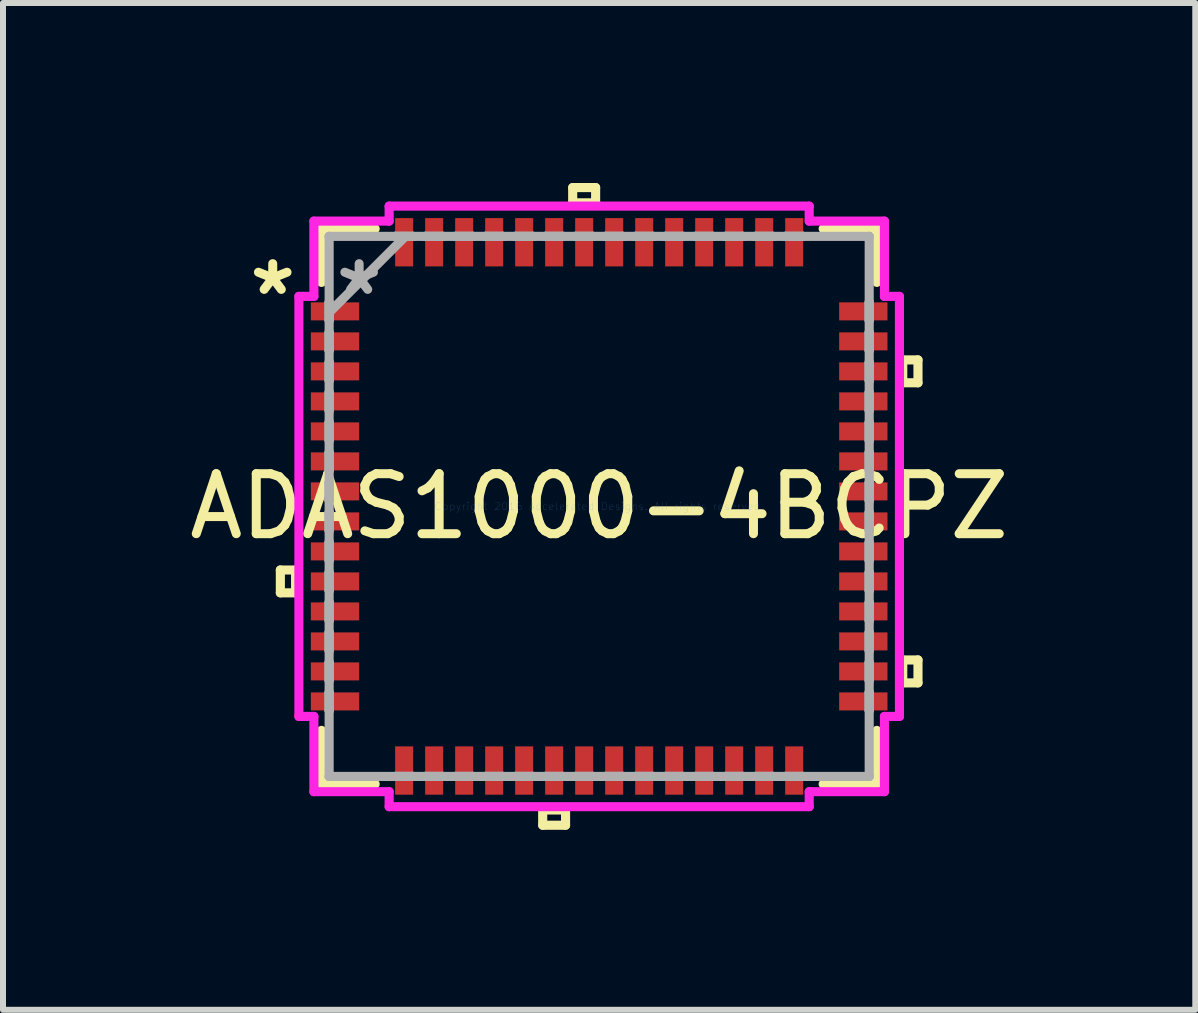
<source format=kicad_pcb>
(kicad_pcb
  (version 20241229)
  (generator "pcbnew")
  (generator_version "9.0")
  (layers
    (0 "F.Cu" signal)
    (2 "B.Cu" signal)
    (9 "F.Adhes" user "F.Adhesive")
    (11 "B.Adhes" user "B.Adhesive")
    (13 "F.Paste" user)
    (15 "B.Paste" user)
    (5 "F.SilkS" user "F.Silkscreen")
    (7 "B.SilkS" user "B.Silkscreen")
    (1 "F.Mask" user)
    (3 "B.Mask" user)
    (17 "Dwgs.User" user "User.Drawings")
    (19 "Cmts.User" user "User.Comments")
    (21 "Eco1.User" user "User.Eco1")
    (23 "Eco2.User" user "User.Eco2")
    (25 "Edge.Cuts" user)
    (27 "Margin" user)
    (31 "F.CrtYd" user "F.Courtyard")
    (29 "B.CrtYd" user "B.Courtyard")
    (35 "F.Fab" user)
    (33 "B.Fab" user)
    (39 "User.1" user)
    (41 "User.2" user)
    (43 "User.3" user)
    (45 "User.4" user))
  (footprint "ADAS1000-4BCPZ"
    (layer "F.Cu")
    (at 6.935 5.389)
    (property "Reference" "ADAS1000-4BCPZ" (at 0 0 0) (layer "F.SilkS") (effects (font (size 1 1) (thickness 0.15))))
    (attr through_hole)
    (fp_line (start -5.313 1.06) (end -5.313 1.44) (stroke (width 0.152) (type solid)) (layer "F.SilkS"))
    (fp_line (start -5.313 1.44) (end -5.059 1.44) (stroke (width 0.152) (type solid)) (layer "F.SilkS"))
    (fp_line (start -5.059 1.06) (end -5.313 1.06) (stroke (width 0.152) (type solid)) (layer "F.SilkS"))
    (fp_line (start -5.059 1.44) (end -5.059 1.06) (stroke (width 0.152) (type solid)) (layer "F.SilkS"))
    (fp_line (start -4.627 -4.627) (end -4.627 -3.733) (stroke (width 0.152) (type solid)) (layer "F.SilkS"))
    (fp_line (start -4.627 3.733) (end -4.627 4.627) (stroke (width 0.152) (type solid)) (layer "F.SilkS"))
    (fp_line (start -4.627 4.627) (end -3.733 4.627) (stroke (width 0.152) (type solid)) (layer "F.SilkS"))
    (fp_line (start -3.733 -4.627) (end -4.627 -4.627) (stroke (width 0.152) (type solid)) (layer "F.SilkS"))
    (fp_line (start -0.941 5.059) (end -0.941 5.313) (stroke (width 0.152) (type solid)) (layer "F.SilkS"))
    (fp_line (start -0.941 5.313) (end -0.56 5.313) (stroke (width 0.152) (type solid)) (layer "F.SilkS"))
    (fp_line (start -0.56 5.059) (end -0.941 5.059) (stroke (width 0.152) (type solid)) (layer "F.SilkS"))
    (fp_line (start -0.56 5.313) (end -0.56 5.059) (stroke (width 0.152) (type solid)) (layer "F.SilkS"))
    (fp_line (start -0.441 -5.313) (end -0.059 -5.313) (stroke (width 0.152) (type solid)) (layer "F.SilkS"))
    (fp_line (start -0.441 -5.059) (end -0.441 -5.313) (stroke (width 0.152) (type solid)) (layer "F.SilkS"))
    (fp_line (start -0.059 -5.313) (end -0.059 -5.059) (stroke (width 0.152) (type solid)) (layer "F.SilkS"))
    (fp_line (start -0.059 -5.059) (end -0.441 -5.059) (stroke (width 0.152) (type solid)) (layer "F.SilkS"))
    (fp_line (start 3.733 4.627) (end 4.627 4.627) (stroke (width 0.152) (type solid)) (layer "F.SilkS"))
    (fp_line (start 4.627 -4.627) (end 3.733 -4.627) (stroke (width 0.152) (type solid)) (layer "F.SilkS"))
    (fp_line (start 4.627 -3.733) (end 4.627 -4.627) (stroke (width 0.152) (type solid)) (layer "F.SilkS"))
    (fp_line (start 4.627 4.627) (end 4.627 3.733) (stroke (width 0.152) (type solid)) (layer "F.SilkS"))
    (fp_line (start 5.059 -2.441) (end 5.313 -2.441) (stroke (width 0.152) (type solid)) (layer "F.SilkS"))
    (fp_line (start 5.059 -2.06) (end 5.059 -2.441) (stroke (width 0.152) (type solid)) (layer "F.SilkS"))
    (fp_line (start 5.059 2.559) (end 5.313 2.559) (stroke (width 0.152) (type solid)) (layer "F.SilkS"))
    (fp_line (start 5.059 2.941) (end 5.059 2.559) (stroke (width 0.152) (type solid)) (layer "F.SilkS"))
    (fp_line (start 5.313 -2.441) (end 5.313 -2.06) (stroke (width 0.152) (type solid)) (layer "F.SilkS"))
    (fp_line (start 5.313 -2.06) (end 5.059 -2.06) (stroke (width 0.152) (type solid)) (layer "F.SilkS"))
    (fp_line (start 5.313 2.559) (end 5.313 2.941) (stroke (width 0.152) (type solid)) (layer "F.SilkS"))
    (fp_line (start 5.313 2.941) (end 5.059 2.941) (stroke (width 0.152) (type solid)) (layer "F.SilkS"))
    (fp_line (start -5.004 -3.5) (end -4.754 -3.5) (stroke (width 0.152) (type solid)) (layer "F.CrtYd"))
    (fp_line (start -5.004 3.5) (end -5.004 -3.5) (stroke (width 0.152) (type solid)) (layer "F.CrtYd"))
    (fp_line (start -4.754 -4.754) (end -3.5 -4.754) (stroke (width 0.152) (type solid)) (layer "F.CrtYd"))
    (fp_line (start -4.754 -3.5) (end -4.754 -4.754) (stroke (width 0.152) (type solid)) (layer "F.CrtYd"))
    (fp_line (start -4.754 3.5) (end -5.004 3.5) (stroke (width 0.152) (type solid)) (layer "F.CrtYd"))
    (fp_line (start -4.754 4.754) (end -4.754 3.5) (stroke (width 0.152) (type solid)) (layer "F.CrtYd"))
    (fp_line (start -3.5 -5.004) (end 3.5 -5.004) (stroke (width 0.152) (type solid)) (layer "F.CrtYd"))
    (fp_line (start -3.5 -4.754) (end -3.5 -5.004) (stroke (width 0.152) (type solid)) (layer "F.CrtYd"))
    (fp_line (start -3.5 4.754) (end -4.754 4.754) (stroke (width 0.152) (type solid)) (layer "F.CrtYd"))
    (fp_line (start -3.5 5.004) (end -3.5 4.754) (stroke (width 0.152) (type solid)) (layer "F.CrtYd"))
    (fp_line (start 3.5 -5.004) (end 3.5 -4.754) (stroke (width 0.152) (type solid)) (layer "F.CrtYd"))
    (fp_line (start 3.5 -4.754) (end 4.754 -4.754) (stroke (width 0.152) (type solid)) (layer "F.CrtYd"))
    (fp_line (start 3.5 4.754) (end 3.5 5.004) (stroke (width 0.152) (type solid)) (layer "F.CrtYd"))
    (fp_line (start 3.5 5.004) (end -3.5 5.004) (stroke (width 0.152) (type solid)) (layer "F.CrtYd"))
    (fp_line (start 4.754 -4.754) (end 4.754 -3.5) (stroke (width 0.152) (type solid)) (layer "F.CrtYd"))
    (fp_line (start 4.754 -3.5) (end 5.004 -3.5) (stroke (width 0.152) (type solid)) (layer "F.CrtYd"))
    (fp_line (start 4.754 3.5) (end 4.754 4.754) (stroke (width 0.152) (type solid)) (layer "F.CrtYd"))
    (fp_line (start 4.754 4.754) (end 3.5 4.754) (stroke (width 0.152) (type solid)) (layer "F.CrtYd"))
    (fp_line (start 5.004 -3.5) (end 5.004 3.5) (stroke (width 0.152) (type solid)) (layer "F.CrtYd"))
    (fp_line (start 5.004 3.5) (end 4.754 3.5) (stroke (width 0.152) (type solid)) (layer "F.CrtYd"))
    (fp_line (start -4.5 -4.5) (end -4.5 -4.5) (stroke (width 0.152) (type solid)) (layer "F.Fab"))
    (fp_line (start -4.5 -4.5) (end -4.5 4.5) (stroke (width 0.152) (type solid)) (layer "F.Fab"))
    (fp_line (start -4.5 -3.4) (end -4.5 -3.4) (stroke (width 0.152) (type solid)) (layer "F.Fab"))
    (fp_line (start -4.5 -3.4) (end -4.5 -3.1) (stroke (width 0.152) (type solid)) (layer "F.Fab"))
    (fp_line (start -4.5 -3.23) (end -3.23 -4.5) (stroke (width 0.152) (type solid)) (layer "F.Fab"))
    (fp_line (start -4.5 -3.1) (end -4.5 -3.4) (stroke (width 0.152) (type solid)) (layer "F.Fab"))
    (fp_line (start -4.5 -3.1) (end -4.5 -3.1) (stroke (width 0.152) (type solid)) (layer "F.Fab"))
    (fp_line (start -4.5 -2.9) (end -4.5 -2.9) (stroke (width 0.152) (type solid)) (layer "F.Fab"))
    (fp_line (start -4.5 -2.9) (end -4.5 -2.6) (stroke (width 0.152) (type solid)) (layer "F.Fab"))
    (fp_line (start -4.5 -2.6) (end -4.5 -2.9) (stroke (width 0.152) (type solid)) (layer "F.Fab"))
    (fp_line (start -4.5 -2.6) (end -4.5 -2.6) (stroke (width 0.152) (type solid)) (layer "F.Fab"))
    (fp_line (start -4.5 -2.4) (end -4.5 -2.4) (stroke (width 0.152) (type solid)) (layer "F.Fab"))
    (fp_line (start -4.5 -2.4) (end -4.5 -2.1) (stroke (width 0.152) (type solid)) (layer "F.Fab"))
    (fp_line (start -4.5 -2.1) (end -4.5 -2.4) (stroke (width 0.152) (type solid)) (layer "F.Fab"))
    (fp_line (start -4.5 -2.1) (end -4.5 -2.1) (stroke (width 0.152) (type solid)) (layer "F.Fab"))
    (fp_line (start -4.5 -1.9) (end -4.5 -1.9) (stroke (width 0.152) (type solid)) (layer "F.Fab"))
    (fp_line (start -4.5 -1.9) (end -4.5 -1.6) (stroke (width 0.152) (type solid)) (layer "F.Fab"))
    (fp_line (start -4.5 -1.6) (end -4.5 -1.9) (stroke (width 0.152) (type solid)) (layer "F.Fab"))
    (fp_line (start -4.5 -1.6) (end -4.5 -1.6) (stroke (width 0.152) (type solid)) (layer "F.Fab"))
    (fp_line (start -4.5 -1.4) (end -4.5 -1.4) (stroke (width 0.152) (type solid)) (layer "F.Fab"))
    (fp_line (start -4.5 -1.4) (end -4.5 -1.1) (stroke (width 0.152) (type solid)) (layer "F.Fab"))
    (fp_line (start -4.5 -1.1) (end -4.5 -1.4) (stroke (width 0.152) (type solid)) (layer "F.Fab"))
    (fp_line (start -4.5 -1.1) (end -4.5 -1.1) (stroke (width 0.152) (type solid)) (layer "F.Fab"))
    (fp_line (start -4.5 -0.9) (end -4.5 -0.9) (stroke (width 0.152) (type solid)) (layer "F.Fab"))
    (fp_line (start -4.5 -0.9) (end -4.5 -0.6) (stroke (width 0.152) (type solid)) (layer "F.Fab"))
    (fp_line (start -4.5 -0.6) (end -4.5 -0.9) (stroke (width 0.152) (type solid)) (layer "F.Fab"))
    (fp_line (start -4.5 -0.6) (end -4.5 -0.6) (stroke (width 0.152) (type solid)) (layer "F.Fab"))
    (fp_line (start -4.5 -0.4) (end -4.5 -0.4) (stroke (width 0.152) (type solid)) (layer "F.Fab"))
    (fp_line (start -4.5 -0.4) (end -4.5 -0.1) (stroke (width 0.152) (type solid)) (layer "F.Fab"))
    (fp_line (start -4.5 -0.1) (end -4.5 -0.4) (stroke (width 0.152) (type solid)) (layer "F.Fab"))
    (fp_line (start -4.5 -0.1) (end -4.5 -0.1) (stroke (width 0.152) (type solid)) (layer "F.Fab"))
    (fp_line (start -4.5 0.1) (end -4.5 0.1) (stroke (width 0.152) (type solid)) (layer "F.Fab"))
    (fp_line (start -4.5 0.1) (end -4.5 0.4) (stroke (width 0.152) (type solid)) (layer "F.Fab"))
    (fp_line (start -4.5 0.4) (end -4.5 0.1) (stroke (width 0.152) (type solid)) (layer "F.Fab"))
    (fp_line (start -4.5 0.4) (end -4.5 0.4) (stroke (width 0.152) (type solid)) (layer "F.Fab"))
    (fp_line (start -4.5 0.6) (end -4.5 0.6) (stroke (width 0.152) (type solid)) (layer "F.Fab"))
    (fp_line (start -4.5 0.6) (end -4.5 0.9) (stroke (width 0.152) (type solid)) (layer "F.Fab"))
    (fp_line (start -4.5 0.9) (end -4.5 0.6) (stroke (width 0.152) (type solid)) (layer "F.Fab"))
    (fp_line (start -4.5 0.9) (end -4.5 0.9) (stroke (width 0.152) (type solid)) (layer "F.Fab"))
    (fp_line (start -4.5 1.1) (end -4.5 1.1) (stroke (width 0.152) (type solid)) (layer "F.Fab"))
    (fp_line (start -4.5 1.1) (end -4.5 1.4) (stroke (width 0.152) (type solid)) (layer "F.Fab"))
    (fp_line (start -4.5 1.4) (end -4.5 1.1) (stroke (width 0.152) (type solid)) (layer "F.Fab"))
    (fp_line (start -4.5 1.4) (end -4.5 1.4) (stroke (width 0.152) (type solid)) (layer "F.Fab"))
    (fp_line (start -4.5 1.6) (end -4.5 1.6) (stroke (width 0.152) (type solid)) (layer "F.Fab"))
    (fp_line (start -4.5 1.6) (end -4.5 1.9) (stroke (width 0.152) (type solid)) (layer "F.Fab"))
    (fp_line (start -4.5 1.9) (end -4.5 1.6) (stroke (width 0.152) (type solid)) (layer "F.Fab"))
    (fp_line (start -4.5 1.9) (end -4.5 1.9) (stroke (width 0.152) (type solid)) (layer "F.Fab"))
    (fp_line (start -4.5 2.1) (end -4.5 2.1) (stroke (width 0.152) (type solid)) (layer "F.Fab"))
    (fp_line (start -4.5 2.1) (end -4.5 2.4) (stroke (width 0.152) (type solid)) (layer "F.Fab"))
    (fp_line (start -4.5 2.4) (end -4.5 2.1) (stroke (width 0.152) (type solid)) (layer "F.Fab"))
    (fp_line (start -4.5 2.4) (end -4.5 2.4) (stroke (width 0.152) (type solid)) (layer "F.Fab"))
    (fp_line (start -4.5 2.6) (end -4.5 2.6) (stroke (width 0.152) (type solid)) (layer "F.Fab"))
    (fp_line (start -4.5 2.6) (end -4.5 2.9) (stroke (width 0.152) (type solid)) (layer "F.Fab"))
    (fp_line (start -4.5 2.9) (end -4.5 2.6) (stroke (width 0.152) (type solid)) (layer "F.Fab"))
    (fp_line (start -4.5 2.9) (end -4.5 2.9) (stroke (width 0.152) (type solid)) (layer "F.Fab"))
    (fp_line (start -4.5 3.1) (end -4.5 3.1) (stroke (width 0.152) (type solid)) (layer "F.Fab"))
    (fp_line (start -4.5 3.1) (end -4.5 3.4) (stroke (width 0.152) (type solid)) (layer "F.Fab"))
    (fp_line (start -4.5 3.4) (end -4.5 3.1) (stroke (width 0.152) (type solid)) (layer "F.Fab"))
    (fp_line (start -4.5 3.4) (end -4.5 3.4) (stroke (width 0.152) (type solid)) (layer "F.Fab"))
    (fp_line (start -4.5 4.5) (end -4.5 4.5) (stroke (width 0.152) (type solid)) (layer "F.Fab"))
    (fp_line (start -4.5 4.5) (end 4.5 4.5) (stroke (width 0.152) (type solid)) (layer "F.Fab"))
    (fp_line (start -3.4 -4.5) (end -3.4 -4.5) (stroke (width 0.152) (type solid)) (layer "F.Fab"))
    (fp_line (start -3.4 -4.5) (end -3.1 -4.5) (stroke (width 0.152) (type solid)) (layer "F.Fab"))
    (fp_line (start -3.4 4.5) (end -3.4 4.5) (stroke (width 0.152) (type solid)) (layer "F.Fab"))
    (fp_line (start -3.4 4.5) (end -3.1 4.5) (stroke (width 0.152) (type solid)) (layer "F.Fab"))
    (fp_line (start -3.1 -4.5) (end -3.4 -4.5) (stroke (width 0.152) (type solid)) (layer "F.Fab"))
    (fp_line (start -3.1 -4.5) (end -3.1 -4.5) (stroke (width 0.152) (type solid)) (layer "F.Fab"))
    (fp_line (start -3.1 4.5) (end -3.4 4.5) (stroke (width 0.152) (type solid)) (layer "F.Fab"))
    (fp_line (start -3.1 4.5) (end -3.1 4.5) (stroke (width 0.152) (type solid)) (layer "F.Fab"))
    (fp_line (start -2.9 -4.5) (end -2.9 -4.5) (stroke (width 0.152) (type solid)) (layer "F.Fab"))
    (fp_line (start -2.9 -4.5) (end -2.6 -4.5) (stroke (width 0.152) (type solid)) (layer "F.Fab"))
    (fp_line (start -2.9 4.5) (end -2.9 4.5) (stroke (width 0.152) (type solid)) (layer "F.Fab"))
    (fp_line (start -2.9 4.5) (end -2.6 4.5) (stroke (width 0.152) (type solid)) (layer "F.Fab"))
    (fp_line (start -2.6 -4.5) (end -2.9 -4.5) (stroke (width 0.152) (type solid)) (layer "F.Fab"))
    (fp_line (start -2.6 -4.5) (end -2.6 -4.5) (stroke (width 0.152) (type solid)) (layer "F.Fab"))
    (fp_line (start -2.6 4.5) (end -2.9 4.5) (stroke (width 0.152) (type solid)) (layer "F.Fab"))
    (fp_line (start -2.6 4.5) (end -2.6 4.5) (stroke (width 0.152) (type solid)) (layer "F.Fab"))
    (fp_line (start -2.4 -4.5) (end -2.4 -4.5) (stroke (width 0.152) (type solid)) (layer "F.Fab"))
    (fp_line (start -2.4 -4.5) (end -2.1 -4.5) (stroke (width 0.152) (type solid)) (layer "F.Fab"))
    (fp_line (start -2.4 4.5) (end -2.4 4.5) (stroke (width 0.152) (type solid)) (layer "F.Fab"))
    (fp_line (start -2.4 4.5) (end -2.1 4.5) (stroke (width 0.152) (type solid)) (layer "F.Fab"))
    (fp_line (start -2.1 -4.5) (end -2.4 -4.5) (stroke (width 0.152) (type solid)) (layer "F.Fab"))
    (fp_line (start -2.1 -4.5) (end -2.1 -4.5) (stroke (width 0.152) (type solid)) (layer "F.Fab"))
    (fp_line (start -2.1 4.5) (end -2.4 4.5) (stroke (width 0.152) (type solid)) (layer "F.Fab"))
    (fp_line (start -2.1 4.5) (end -2.1 4.5) (stroke (width 0.152) (type solid)) (layer "F.Fab"))
    (fp_line (start -1.9 -4.5) (end -1.9 -4.5) (stroke (width 0.152) (type solid)) (layer "F.Fab"))
    (fp_line (start -1.9 -4.5) (end -1.6 -4.5) (stroke (width 0.152) (type solid)) (layer "F.Fab"))
    (fp_line (start -1.9 4.5) (end -1.9 4.5) (stroke (width 0.152) (type solid)) (layer "F.Fab"))
    (fp_line (start -1.9 4.5) (end -1.6 4.5) (stroke (width 0.152) (type solid)) (layer "F.Fab"))
    (fp_line (start -1.6 -4.5) (end -1.9 -4.5) (stroke (width 0.152) (type solid)) (layer "F.Fab"))
    (fp_line (start -1.6 -4.5) (end -1.6 -4.5) (stroke (width 0.152) (type solid)) (layer "F.Fab"))
    (fp_line (start -1.6 4.5) (end -1.9 4.5) (stroke (width 0.152) (type solid)) (layer "F.Fab"))
    (fp_line (start -1.6 4.5) (end -1.6 4.5) (stroke (width 0.152) (type solid)) (layer "F.Fab"))
    (fp_line (start -1.4 -4.5) (end -1.4 -4.5) (stroke (width 0.152) (type solid)) (layer "F.Fab"))
    (fp_line (start -1.4 -4.5) (end -1.1 -4.5) (stroke (width 0.152) (type solid)) (layer "F.Fab"))
    (fp_line (start -1.4 4.5) (end -1.4 4.5) (stroke (width 0.152) (type solid)) (layer "F.Fab"))
    (fp_line (start -1.4 4.5) (end -1.1 4.5) (stroke (width 0.152) (type solid)) (layer "F.Fab"))
    (fp_line (start -1.1 -4.5) (end -1.4 -4.5) (stroke (width 0.152) (type solid)) (layer "F.Fab"))
    (fp_line (start -1.1 -4.5) (end -1.1 -4.5) (stroke (width 0.152) (type solid)) (layer "F.Fab"))
    (fp_line (start -1.1 4.5) (end -1.4 4.5) (stroke (width 0.152) (type solid)) (layer "F.Fab"))
    (fp_line (start -1.1 4.5) (end -1.1 4.5) (stroke (width 0.152) (type solid)) (layer "F.Fab"))
    (fp_line (start -0.9 -4.5) (end -0.9 -4.5) (stroke (width 0.152) (type solid)) (layer "F.Fab"))
    (fp_line (start -0.9 -4.5) (end -0.6 -4.5) (stroke (width 0.152) (type solid)) (layer "F.Fab"))
    (fp_line (start -0.9 4.5) (end -0.9 4.5) (stroke (width 0.152) (type solid)) (layer "F.Fab"))
    (fp_line (start -0.9 4.5) (end -0.6 4.5) (stroke (width 0.152) (type solid)) (layer "F.Fab"))
    (fp_line (start -0.6 -4.5) (end -0.9 -4.5) (stroke (width 0.152) (type solid)) (layer "F.Fab"))
    (fp_line (start -0.6 -4.5) (end -0.6 -4.5) (stroke (width 0.152) (type solid)) (layer "F.Fab"))
    (fp_line (start -0.6 4.5) (end -0.9 4.5) (stroke (width 0.152) (type solid)) (layer "F.Fab"))
    (fp_line (start -0.6 4.5) (end -0.6 4.5) (stroke (width 0.152) (type solid)) (layer "F.Fab"))
    (fp_line (start -0.4 -4.5) (end -0.4 -4.5) (stroke (width 0.152) (type solid)) (layer "F.Fab"))
    (fp_line (start -0.4 -4.5) (end -0.1 -4.5) (stroke (width 0.152) (type solid)) (layer "F.Fab"))
    (fp_line (start -0.4 4.5) (end -0.4 4.5) (stroke (width 0.152) (type solid)) (layer "F.Fab"))
    (fp_line (start -0.4 4.5) (end -0.1 4.5) (stroke (width 0.152) (type solid)) (layer "F.Fab"))
    (fp_line (start -0.1 -4.5) (end -0.4 -4.5) (stroke (width 0.152) (type solid)) (layer "F.Fab"))
    (fp_line (start -0.1 -4.5) (end -0.1 -4.5) (stroke (width 0.152) (type solid)) (layer "F.Fab"))
    (fp_line (start -0.1 4.5) (end -0.4 4.5) (stroke (width 0.152) (type solid)) (layer "F.Fab"))
    (fp_line (start -0.1 4.5) (end -0.1 4.5) (stroke (width 0.152) (type solid)) (layer "F.Fab"))
    (fp_line (start 0.1 -4.5) (end 0.1 -4.5) (stroke (width 0.152) (type solid)) (layer "F.Fab"))
    (fp_line (start 0.1 -4.5) (end 0.4 -4.5) (stroke (width 0.152) (type solid)) (layer "F.Fab"))
    (fp_line (start 0.1 4.5) (end 0.1 4.5) (stroke (width 0.152) (type solid)) (layer "F.Fab"))
    (fp_line (start 0.1 4.5) (end 0.4 4.5) (stroke (width 0.152) (type solid)) (layer "F.Fab"))
    (fp_line (start 0.4 -4.5) (end 0.1 -4.5) (stroke (width 0.152) (type solid)) (layer "F.Fab"))
    (fp_line (start 0.4 -4.5) (end 0.4 -4.5) (stroke (width 0.152) (type solid)) (layer "F.Fab"))
    (fp_line (start 0.4 4.5) (end 0.1 4.5) (stroke (width 0.152) (type solid)) (layer "F.Fab"))
    (fp_line (start 0.4 4.5) (end 0.4 4.5) (stroke (width 0.152) (type solid)) (layer "F.Fab"))
    (fp_line (start 0.6 -4.5) (end 0.6 -4.5) (stroke (width 0.152) (type solid)) (layer "F.Fab"))
    (fp_line (start 0.6 -4.5) (end 0.9 -4.5) (stroke (width 0.152) (type solid)) (layer "F.Fab"))
    (fp_line (start 0.6 4.5) (end 0.6 4.5) (stroke (width 0.152) (type solid)) (layer "F.Fab"))
    (fp_line (start 0.6 4.5) (end 0.9 4.5) (stroke (width 0.152) (type solid)) (layer "F.Fab"))
    (fp_line (start 0.9 -4.5) (end 0.6 -4.5) (stroke (width 0.152) (type solid)) (layer "F.Fab"))
    (fp_line (start 0.9 -4.5) (end 0.9 -4.5) (stroke (width 0.152) (type solid)) (layer "F.Fab"))
    (fp_line (start 0.9 4.5) (end 0.6 4.5) (stroke (width 0.152) (type solid)) (layer "F.Fab"))
    (fp_line (start 0.9 4.5) (end 0.9 4.5) (stroke (width 0.152) (type solid)) (layer "F.Fab"))
    (fp_line (start 1.1 -4.5) (end 1.1 -4.5) (stroke (width 0.152) (type solid)) (layer "F.Fab"))
    (fp_line (start 1.1 -4.5) (end 1.4 -4.5) (stroke (width 0.152) (type solid)) (layer "F.Fab"))
    (fp_line (start 1.1 4.5) (end 1.1 4.5) (stroke (width 0.152) (type solid)) (layer "F.Fab"))
    (fp_line (start 1.1 4.5) (end 1.4 4.5) (stroke (width 0.152) (type solid)) (layer "F.Fab"))
    (fp_line (start 1.4 -4.5) (end 1.1 -4.5) (stroke (width 0.152) (type solid)) (layer "F.Fab"))
    (fp_line (start 1.4 -4.5) (end 1.4 -4.5) (stroke (width 0.152) (type solid)) (layer "F.Fab"))
    (fp_line (start 1.4 4.5) (end 1.1 4.5) (stroke (width 0.152) (type solid)) (layer "F.Fab"))
    (fp_line (start 1.4 4.5) (end 1.4 4.5) (stroke (width 0.152) (type solid)) (layer "F.Fab"))
    (fp_line (start 1.6 -4.5) (end 1.6 -4.5) (stroke (width 0.152) (type solid)) (layer "F.Fab"))
    (fp_line (start 1.6 -4.5) (end 1.9 -4.5) (stroke (width 0.152) (type solid)) (layer "F.Fab"))
    (fp_line (start 1.6 4.5) (end 1.6 4.5) (stroke (width 0.152) (type solid)) (layer "F.Fab"))
    (fp_line (start 1.6 4.5) (end 1.9 4.5) (stroke (width 0.152) (type solid)) (layer "F.Fab"))
    (fp_line (start 1.9 -4.5) (end 1.6 -4.5) (stroke (width 0.152) (type solid)) (layer "F.Fab"))
    (fp_line (start 1.9 -4.5) (end 1.9 -4.5) (stroke (width 0.152) (type solid)) (layer "F.Fab"))
    (fp_line (start 1.9 4.5) (end 1.6 4.5) (stroke (width 0.152) (type solid)) (layer "F.Fab"))
    (fp_line (start 1.9 4.5) (end 1.9 4.5) (stroke (width 0.152) (type solid)) (layer "F.Fab"))
    (fp_line (start 2.1 -4.5) (end 2.1 -4.5) (stroke (width 0.152) (type solid)) (layer "F.Fab"))
    (fp_line (start 2.1 -4.5) (end 2.4 -4.5) (stroke (width 0.152) (type solid)) (layer "F.Fab"))
    (fp_line (start 2.1 4.5) (end 2.1 4.5) (stroke (width 0.152) (type solid)) (layer "F.Fab"))
    (fp_line (start 2.1 4.5) (end 2.4 4.5) (stroke (width 0.152) (type solid)) (layer "F.Fab"))
    (fp_line (start 2.4 -4.5) (end 2.1 -4.5) (stroke (width 0.152) (type solid)) (layer "F.Fab"))
    (fp_line (start 2.4 -4.5) (end 2.4 -4.5) (stroke (width 0.152) (type solid)) (layer "F.Fab"))
    (fp_line (start 2.4 4.5) (end 2.1 4.5) (stroke (width 0.152) (type solid)) (layer "F.Fab"))
    (fp_line (start 2.4 4.5) (end 2.4 4.5) (stroke (width 0.152) (type solid)) (layer "F.Fab"))
    (fp_line (start 2.6 -4.5) (end 2.6 -4.5) (stroke (width 0.152) (type solid)) (layer "F.Fab"))
    (fp_line (start 2.6 -4.5) (end 2.9 -4.5) (stroke (width 0.152) (type solid)) (layer "F.Fab"))
    (fp_line (start 2.6 4.5) (end 2.6 4.5) (stroke (width 0.152) (type solid)) (layer "F.Fab"))
    (fp_line (start 2.6 4.5) (end 2.9 4.5) (stroke (width 0.152) (type solid)) (layer "F.Fab"))
    (fp_line (start 2.9 -4.5) (end 2.6 -4.5) (stroke (width 0.152) (type solid)) (layer "F.Fab"))
    (fp_line (start 2.9 -4.5) (end 2.9 -4.5) (stroke (width 0.152) (type solid)) (layer "F.Fab"))
    (fp_line (start 2.9 4.5) (end 2.6 4.5) (stroke (width 0.152) (type solid)) (layer "F.Fab"))
    (fp_line (start 2.9 4.5) (end 2.9 4.5) (stroke (width 0.152) (type solid)) (layer "F.Fab"))
    (fp_line (start 3.1 -4.5) (end 3.1 -4.5) (stroke (width 0.152) (type solid)) (layer "F.Fab"))
    (fp_line (start 3.1 -4.5) (end 3.4 -4.5) (stroke (width 0.152) (type solid)) (layer "F.Fab"))
    (fp_line (start 3.1 4.5) (end 3.1 4.5) (stroke (width 0.152) (type solid)) (layer "F.Fab"))
    (fp_line (start 3.1 4.5) (end 3.4 4.5) (stroke (width 0.152) (type solid)) (layer "F.Fab"))
    (fp_line (start 3.4 -4.5) (end 3.1 -4.5) (stroke (width 0.152) (type solid)) (layer "F.Fab"))
    (fp_line (start 3.4 -4.5) (end 3.4 -4.5) (stroke (width 0.152) (type solid)) (layer "F.Fab"))
    (fp_line (start 3.4 4.5) (end 3.1 4.5) (stroke (width 0.152) (type solid)) (layer "F.Fab"))
    (fp_line (start 3.4 4.5) (end 3.4 4.5) (stroke (width 0.152) (type solid)) (layer "F.Fab"))
    (fp_line (start 4.5 -4.5) (end -4.5 -4.5) (stroke (width 0.152) (type solid)) (layer "F.Fab"))
    (fp_line (start 4.5 -4.5) (end 4.5 -4.5) (stroke (width 0.152) (type solid)) (layer "F.Fab"))
    (fp_line (start 4.5 -3.4) (end 4.5 -3.4) (stroke (width 0.152) (type solid)) (layer "F.Fab"))
    (fp_line (start 4.5 -3.4) (end 4.5 -3.1) (stroke (width 0.152) (type solid)) (layer "F.Fab"))
    (fp_line (start 4.5 -3.1) (end 4.5 -3.4) (stroke (width 0.152) (type solid)) (layer "F.Fab"))
    (fp_line (start 4.5 -3.1) (end 4.5 -3.1) (stroke (width 0.152) (type solid)) (layer "F.Fab"))
    (fp_line (start 4.5 -2.9) (end 4.5 -2.9) (stroke (width 0.152) (type solid)) (layer "F.Fab"))
    (fp_line (start 4.5 -2.9) (end 4.5 -2.6) (stroke (width 0.152) (type solid)) (layer "F.Fab"))
    (fp_line (start 4.5 -2.6) (end 4.5 -2.9) (stroke (width 0.152) (type solid)) (layer "F.Fab"))
    (fp_line (start 4.5 -2.6) (end 4.5 -2.6) (stroke (width 0.152) (type solid)) (layer "F.Fab"))
    (fp_line (start 4.5 -2.4) (end 4.5 -2.4) (stroke (width 0.152) (type solid)) (layer "F.Fab"))
    (fp_line (start 4.5 -2.4) (end 4.5 -2.1) (stroke (width 0.152) (type solid)) (layer "F.Fab"))
    (fp_line (start 4.5 -2.1) (end 4.5 -2.4) (stroke (width 0.152) (type solid)) (layer "F.Fab"))
    (fp_line (start 4.5 -2.1) (end 4.5 -2.1) (stroke (width 0.152) (type solid)) (layer "F.Fab"))
    (fp_line (start 4.5 -1.9) (end 4.5 -1.9) (stroke (width 0.152) (type solid)) (layer "F.Fab"))
    (fp_line (start 4.5 -1.9) (end 4.5 -1.6) (stroke (width 0.152) (type solid)) (layer "F.Fab"))
    (fp_line (start 4.5 -1.6) (end 4.5 -1.9) (stroke (width 0.152) (type solid)) (layer "F.Fab"))
    (fp_line (start 4.5 -1.6) (end 4.5 -1.6) (stroke (width 0.152) (type solid)) (layer "F.Fab"))
    (fp_line (start 4.5 -1.4) (end 4.5 -1.4) (stroke (width 0.152) (type solid)) (layer "F.Fab"))
    (fp_line (start 4.5 -1.4) (end 4.5 -1.1) (stroke (width 0.152) (type solid)) (layer "F.Fab"))
    (fp_line (start 4.5 -1.1) (end 4.5 -1.4) (stroke (width 0.152) (type solid)) (layer "F.Fab"))
    (fp_line (start 4.5 -1.1) (end 4.5 -1.1) (stroke (width 0.152) (type solid)) (layer "F.Fab"))
    (fp_line (start 4.5 -0.9) (end 4.5 -0.9) (stroke (width 0.152) (type solid)) (layer "F.Fab"))
    (fp_line (start 4.5 -0.9) (end 4.5 -0.6) (stroke (width 0.152) (type solid)) (layer "F.Fab"))
    (fp_line (start 4.5 -0.6) (end 4.5 -0.9) (stroke (width 0.152) (type solid)) (layer "F.Fab"))
    (fp_line (start 4.5 -0.6) (end 4.5 -0.6) (stroke (width 0.152) (type solid)) (layer "F.Fab"))
    (fp_line (start 4.5 -0.4) (end 4.5 -0.4) (stroke (width 0.152) (type solid)) (layer "F.Fab"))
    (fp_line (start 4.5 -0.4) (end 4.5 -0.1) (stroke (width 0.152) (type solid)) (layer "F.Fab"))
    (fp_line (start 4.5 -0.1) (end 4.5 -0.4) (stroke (width 0.152) (type solid)) (layer "F.Fab"))
    (fp_line (start 4.5 -0.1) (end 4.5 -0.1) (stroke (width 0.152) (type solid)) (layer "F.Fab"))
    (fp_line (start 4.5 0.1) (end 4.5 0.1) (stroke (width 0.152) (type solid)) (layer "F.Fab"))
    (fp_line (start 4.5 0.1) (end 4.5 0.4) (stroke (width 0.152) (type solid)) (layer "F.Fab"))
    (fp_line (start 4.5 0.4) (end 4.5 0.1) (stroke (width 0.152) (type solid)) (layer "F.Fab"))
    (fp_line (start 4.5 0.4) (end 4.5 0.4) (stroke (width 0.152) (type solid)) (layer "F.Fab"))
    (fp_line (start 4.5 0.6) (end 4.5 0.6) (stroke (width 0.152) (type solid)) (layer "F.Fab"))
    (fp_line (start 4.5 0.6) (end 4.5 0.9) (stroke (width 0.152) (type solid)) (layer "F.Fab"))
    (fp_line (start 4.5 0.9) (end 4.5 0.6) (stroke (width 0.152) (type solid)) (layer "F.Fab"))
    (fp_line (start 4.5 0.9) (end 4.5 0.9) (stroke (width 0.152) (type solid)) (layer "F.Fab"))
    (fp_line (start 4.5 1.1) (end 4.5 1.1) (stroke (width 0.152) (type solid)) (layer "F.Fab"))
    (fp_line (start 4.5 1.1) (end 4.5 1.4) (stroke (width 0.152) (type solid)) (layer "F.Fab"))
    (fp_line (start 4.5 1.4) (end 4.5 1.1) (stroke (width 0.152) (type solid)) (layer "F.Fab"))
    (fp_line (start 4.5 1.4) (end 4.5 1.4) (stroke (width 0.152) (type solid)) (layer "F.Fab"))
    (fp_line (start 4.5 1.6) (end 4.5 1.6) (stroke (width 0.152) (type solid)) (layer "F.Fab"))
    (fp_line (start 4.5 1.6) (end 4.5 1.9) (stroke (width 0.152) (type solid)) (layer "F.Fab"))
    (fp_line (start 4.5 1.9) (end 4.5 1.6) (stroke (width 0.152) (type solid)) (layer "F.Fab"))
    (fp_line (start 4.5 1.9) (end 4.5 1.9) (stroke (width 0.152) (type solid)) (layer "F.Fab"))
    (fp_line (start 4.5 2.1) (end 4.5 2.1) (stroke (width 0.152) (type solid)) (layer "F.Fab"))
    (fp_line (start 4.5 2.1) (end 4.5 2.4) (stroke (width 0.152) (type solid)) (layer "F.Fab"))
    (fp_line (start 4.5 2.4) (end 4.5 2.1) (stroke (width 0.152) (type solid)) (layer "F.Fab"))
    (fp_line (start 4.5 2.4) (end 4.5 2.4) (stroke (width 0.152) (type solid)) (layer "F.Fab"))
    (fp_line (start 4.5 2.6) (end 4.5 2.6) (stroke (width 0.152) (type solid)) (layer "F.Fab"))
    (fp_line (start 4.5 2.6) (end 4.5 2.9) (stroke (width 0.152) (type solid)) (layer "F.Fab"))
    (fp_line (start 4.5 2.9) (end 4.5 2.6) (stroke (width 0.152) (type solid)) (layer "F.Fab"))
    (fp_line (start 4.5 2.9) (end 4.5 2.9) (stroke (width 0.152) (type solid)) (layer "F.Fab"))
    (fp_line (start 4.5 3.1) (end 4.5 3.1) (stroke (width 0.152) (type solid)) (layer "F.Fab"))
    (fp_line (start 4.5 3.1) (end 4.5 3.4) (stroke (width 0.152) (type solid)) (layer "F.Fab"))
    (fp_line (start 4.5 3.4) (end 4.5 3.1) (stroke (width 0.152) (type solid)) (layer "F.Fab"))
    (fp_line (start 4.5 3.4) (end 4.5 3.4) (stroke (width 0.152) (type solid)) (layer "F.Fab"))
    (fp_line (start 4.5 4.5) (end 4.5 -4.5) (stroke (width 0.152) (type solid)) (layer "F.Fab"))
    (fp_line (start 4.5 4.5) (end 4.5 4.5) (stroke (width 0.152) (type solid)) (layer "F.Fab"))
    (fp_text user "*" (at -5.44 -3.5 0) (layer "F.SilkS") (effects (font (size 1 1) (thickness 0.15))))
    (fp_text user "Copyright 2016 Accelerated Designs. All rights reserved." (at 0 0 0) (layer "Cmts.User") (effects (font (size 0.127 0.127) (thickness 0.002))))
    (fp_text user "*" (at -4 -3.5 0) (layer "F.Fab") (effects (font (size 1 1) (thickness 0.15))))
    (pad "1" smd rect (at -4.402 -3.25 90) (size 0.3 0.805) (layers "F.Cu" "F.Mask" "F.Paste"))
    (pad "2" smd rect (at -4.402 -2.75 90) (size 0.3 0.805) (layers "F.Cu" "F.Mask" "F.Paste"))
    (pad "3" smd rect (at -4.402 -2.25 90) (size 0.3 0.805) (layers "F.Cu" "F.Mask" "F.Paste"))
    (pad "4" smd rect (at -4.402 -1.75 90) (size 0.3 0.805) (layers "F.Cu" "F.Mask" "F.Paste"))
    (pad "5" smd rect (at -4.402 -1.25 90) (size 0.3 0.805) (layers "F.Cu" "F.Mask" "F.Paste"))
    (pad "6" smd rect (at -4.402 -0.75 90) (size 0.3 0.805) (layers "F.Cu" "F.Mask" "F.Paste"))
    (pad "7" smd rect (at -4.402 -0.25 90) (size 0.3 0.805) (layers "F.Cu" "F.Mask" "F.Paste"))
    (pad "8" smd rect (at -4.402 0.25 90) (size 0.3 0.805) (layers "F.Cu" "F.Mask" "F.Paste"))
    (pad "9" smd rect (at -4.402 0.75 90) (size 0.3 0.805) (layers "F.Cu" "F.Mask" "F.Paste"))
    (pad "10" smd rect (at -4.402 1.25 90) (size 0.3 0.805) (layers "F.Cu" "F.Mask" "F.Paste"))
    (pad "11" smd rect (at -4.402 1.75 90) (size 0.3 0.805) (layers "F.Cu" "F.Mask" "F.Paste"))
    (pad "12" smd rect (at -4.402 2.25 90) (size 0.3 0.805) (layers "F.Cu" "F.Mask" "F.Paste"))
    (pad "13" smd rect (at -4.402 2.75 90) (size 0.3 0.805) (layers "F.Cu" "F.Mask" "F.Paste"))
    (pad "14" smd rect (at -4.402 3.25 90) (size 0.3 0.805) (layers "F.Cu" "F.Mask" "F.Paste"))
    (pad "15" smd rect (at -3.25 4.402) (size 0.3 0.805) (layers "F.Cu" "F.Mask" "F.Paste"))
    (pad "16" smd rect (at -2.75 4.402) (size 0.3 0.805) (layers "F.Cu" "F.Mask" "F.Paste"))
    (pad "17" smd rect (at -2.25 4.402) (size 0.3 0.805) (layers "F.Cu" "F.Mask" "F.Paste"))
    (pad "18" smd rect (at -1.75 4.402) (size 0.3 0.805) (layers "F.Cu" "F.Mask" "F.Paste"))
    (pad "19" smd rect (at -1.25 4.402) (size 0.3 0.805) (layers "F.Cu" "F.Mask" "F.Paste"))
    (pad "20" smd rect (at -0.75 4.402) (size 0.3 0.805) (layers "F.Cu" "F.Mask" "F.Paste"))
    (pad "21" smd rect (at -0.25 4.402) (size 0.3 0.805) (layers "F.Cu" "F.Mask" "F.Paste"))
    (pad "22" smd rect (at 0.25 4.402) (size 0.3 0.805) (layers "F.Cu" "F.Mask" "F.Paste"))
    (pad "23" smd rect (at 0.75 4.402) (size 0.3 0.805) (layers "F.Cu" "F.Mask" "F.Paste"))
    (pad "24" smd rect (at 1.25 4.402) (size 0.3 0.805) (layers "F.Cu" "F.Mask" "F.Paste"))
    (pad "25" smd rect (at 1.75 4.402) (size 0.3 0.805) (layers "F.Cu" "F.Mask" "F.Paste"))
    (pad "26" smd rect (at 2.25 4.402) (size 0.3 0.805) (layers "F.Cu" "F.Mask" "F.Paste"))
    (pad "27" smd rect (at 2.75 4.402) (size 0.3 0.805) (layers "F.Cu" "F.Mask" "F.Paste"))
    (pad "28" smd rect (at 3.25 4.402) (size 0.3 0.805) (layers "F.Cu" "F.Mask" "F.Paste"))
    (pad "29" smd rect (at 4.402 3.25 90) (size 0.3 0.805) (layers "F.Cu" "F.Mask" "F.Paste"))
    (pad "30" smd rect (at 4.402 2.75 90) (size 0.3 0.805) (layers "F.Cu" "F.Mask" "F.Paste"))
    (pad "31" smd rect (at 4.402 2.25 90) (size 0.3 0.805) (layers "F.Cu" "F.Mask" "F.Paste"))
    (pad "32" smd rect (at 4.402 1.75 90) (size 0.3 0.805) (layers "F.Cu" "F.Mask" "F.Paste"))
    (pad "33" smd rect (at 4.402 1.25 90) (size 0.3 0.805) (layers "F.Cu" "F.Mask" "F.Paste"))
    (pad "34" smd rect (at 4.402 0.75 90) (size 0.3 0.805) (layers "F.Cu" "F.Mask" "F.Paste"))
    (pad "35" smd rect (at 4.402 0.25 90) (size 0.3 0.805) (layers "F.Cu" "F.Mask" "F.Paste"))
    (pad "36" smd rect (at 4.402 -0.25 90) (size 0.3 0.805) (layers "F.Cu" "F.Mask" "F.Paste"))
    (pad "37" smd rect (at 4.402 -0.75 90) (size 0.3 0.805) (layers "F.Cu" "F.Mask" "F.Paste"))
    (pad "38" smd rect (at 4.402 -1.25 90) (size 0.3 0.805) (layers "F.Cu" "F.Mask" "F.Paste"))
    (pad "39" smd rect (at 4.402 -1.75 90) (size 0.3 0.805) (layers "F.Cu" "F.Mask" "F.Paste"))
    (pad "40" smd rect (at 4.402 -2.25 90) (size 0.3 0.805) (layers "F.Cu" "F.Mask" "F.Paste"))
    (pad "41" smd rect (at 4.402 -2.75 90) (size 0.3 0.805) (layers "F.Cu" "F.Mask" "F.Paste"))
    (pad "42" smd rect (at 4.402 -3.25 90) (size 0.3 0.805) (layers "F.Cu" "F.Mask" "F.Paste"))
    (pad "43" smd rect (at 3.25 -4.402) (size 0.3 0.805) (layers "F.Cu" "F.Mask" "F.Paste"))
    (pad "44" smd rect (at 2.75 -4.402) (size 0.3 0.805) (layers "F.Cu" "F.Mask" "F.Paste"))
    (pad "45" smd rect (at 2.25 -4.402) (size 0.3 0.805) (layers "F.Cu" "F.Mask" "F.Paste"))
    (pad "46" smd rect (at 1.75 -4.402) (size 0.3 0.805) (layers "F.Cu" "F.Mask" "F.Paste"))
    (pad "47" smd rect (at 1.25 -4.402) (size 0.3 0.805) (layers "F.Cu" "F.Mask" "F.Paste"))
    (pad "48" smd rect (at 0.75 -4.402) (size 0.3 0.805) (layers "F.Cu" "F.Mask" "F.Paste"))
    (pad "49" smd rect (at 0.25 -4.402) (size 0.3 0.805) (layers "F.Cu" "F.Mask" "F.Paste"))
    (pad "50" smd rect (at -0.25 -4.402) (size 0.3 0.805) (layers "F.Cu" "F.Mask" "F.Paste"))
    (pad "51" smd rect (at -0.75 -4.402) (size 0.3 0.805) (layers "F.Cu" "F.Mask" "F.Paste"))
    (pad "52" smd rect (at -1.25 -4.402) (size 0.3 0.805) (layers "F.Cu" "F.Mask" "F.Paste"))
    (pad "53" smd rect (at -1.75 -4.402) (size 0.3 0.805) (layers "F.Cu" "F.Mask" "F.Paste"))
    (pad "54" smd rect (at -2.25 -4.402) (size 0.3 0.805) (layers "F.Cu" "F.Mask" "F.Paste"))
    (pad "55" smd rect (at -2.75 -4.402) (size 0.3 0.805) (layers "F.Cu" "F.Mask" "F.Paste"))
    (pad "56" smd rect (at -3.25 -4.402) (size 0.3 0.805) (layers "F.Cu" "F.Mask" "F.Paste")))
  (gr_rect
    (start -3 -3)
    (end 16.869 13.778)
    (stroke (width 0.1) (type default))
    (fill no)
    (layer "Edge.Cuts")))
</source>
